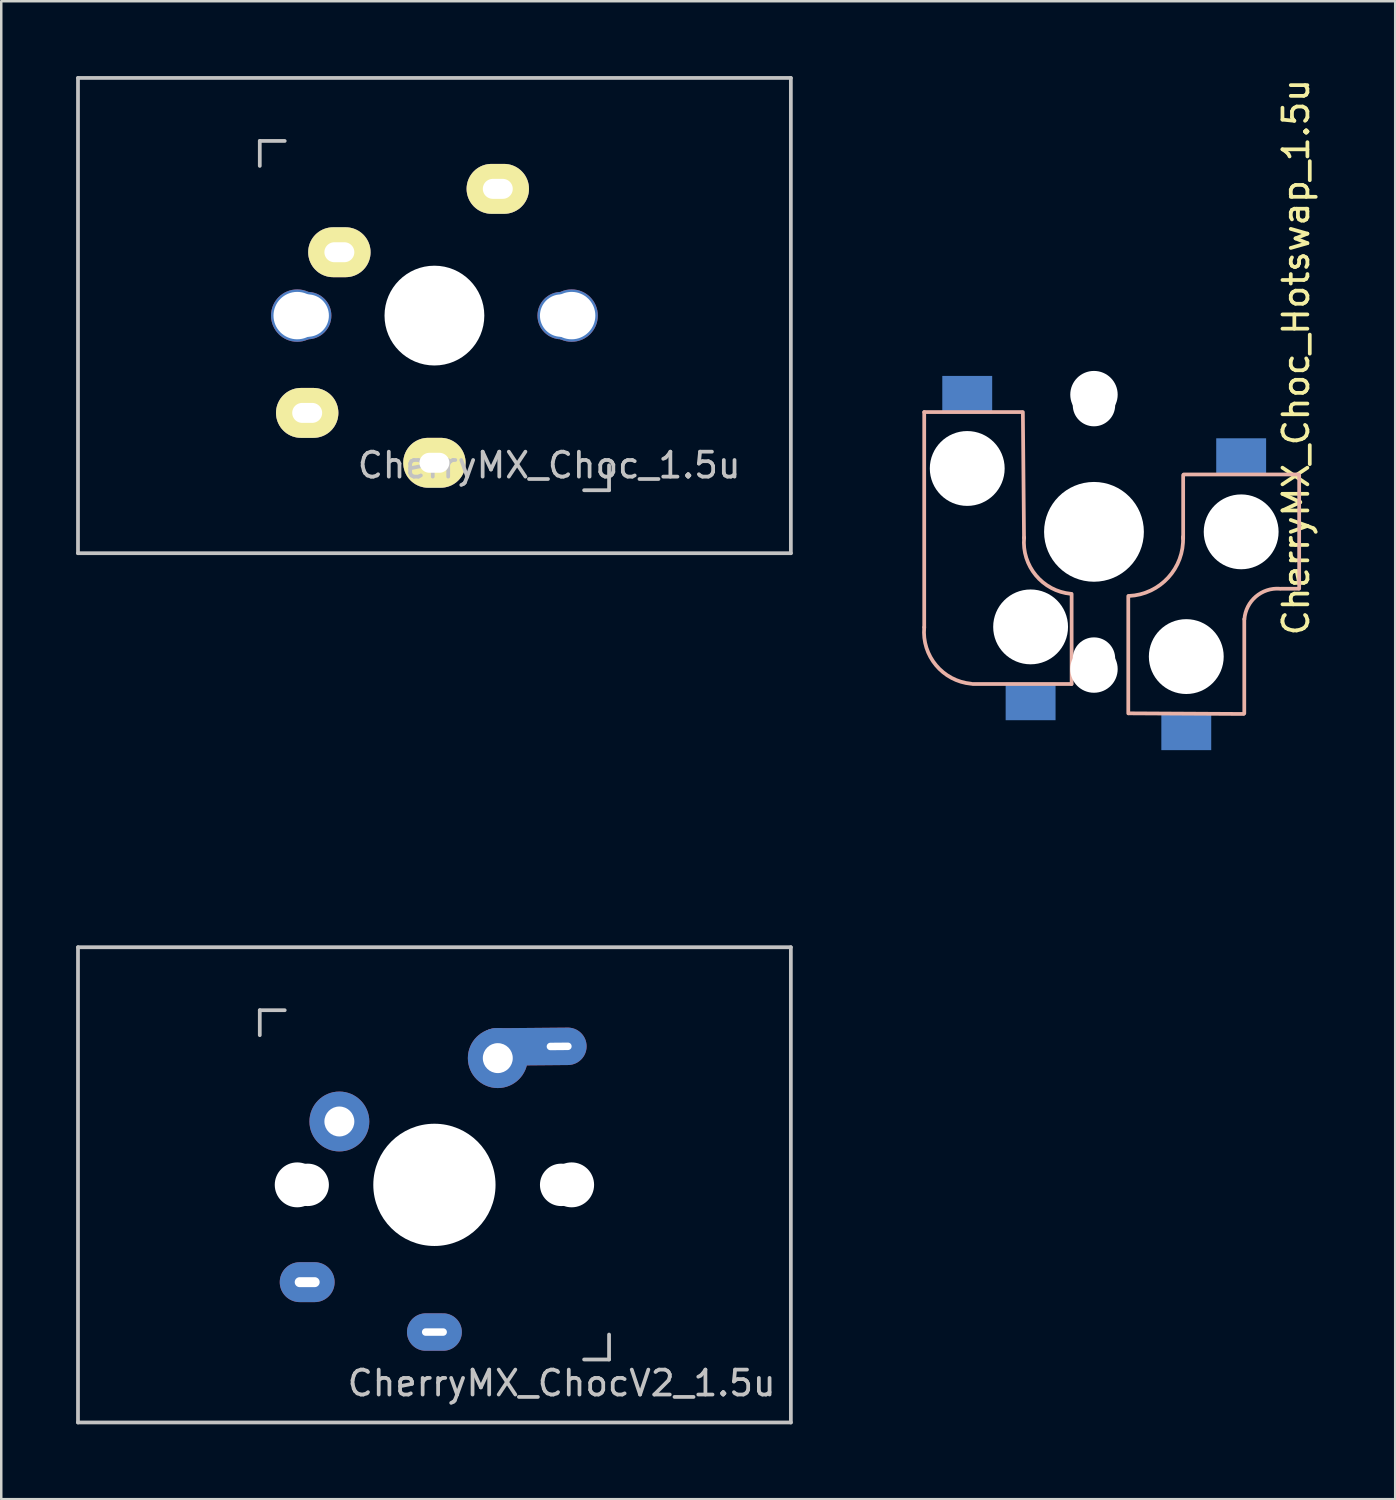
<source format=kicad_pcb>
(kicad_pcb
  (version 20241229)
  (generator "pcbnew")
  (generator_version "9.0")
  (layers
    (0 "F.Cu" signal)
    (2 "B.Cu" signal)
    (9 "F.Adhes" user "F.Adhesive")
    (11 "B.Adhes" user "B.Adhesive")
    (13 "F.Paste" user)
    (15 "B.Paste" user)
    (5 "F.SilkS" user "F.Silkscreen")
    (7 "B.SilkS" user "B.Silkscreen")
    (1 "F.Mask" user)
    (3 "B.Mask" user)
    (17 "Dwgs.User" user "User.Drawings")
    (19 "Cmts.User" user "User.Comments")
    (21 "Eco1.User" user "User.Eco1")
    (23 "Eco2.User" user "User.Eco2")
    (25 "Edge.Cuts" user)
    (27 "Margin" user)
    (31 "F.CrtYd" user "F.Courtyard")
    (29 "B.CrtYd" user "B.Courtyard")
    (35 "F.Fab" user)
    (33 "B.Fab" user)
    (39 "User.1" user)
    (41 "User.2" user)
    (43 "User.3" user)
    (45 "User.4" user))
  (footprint "CherryMX_Choc_Hotswap_1.5u"
    (layer "F.Cu")
    (at 40.8 18.268)
    (property "Reference" "CherryMX_Choc_Hotswap_1.5u" (at 8.1 -7 90) (layer "F.SilkS") (effects (font (size 1 1) (thickness 0.15))))
    (attr through_hole)
    (fp_line (start -6.804 -4.8) (end -6.804 3.825) (stroke (width 0.15) (type solid)) (layer "B.SilkS"))
    (fp_line (start -4.85 6.1) (end -0.905 6.1) (stroke (width 0.15) (type solid)) (layer "B.SilkS"))
    (fp_line (start -2.896 -4.8) (end -6.804 -4.8) (stroke (width 0.15) (type solid)) (layer "B.SilkS"))
    (fp_line (start -2.85 -4.8) (end -2.804 0.25) (stroke (width 0.15) (type solid)) (layer "B.SilkS"))
    (fp_line (start -0.896 6.1) (end -0.896 2.49) (stroke (width 0.15) (type solid)) (layer "B.SilkS"))
    (fp_line (start 1.375 2.575) (end 1.375 7.275) (stroke (width 0.15) (type solid)) (layer "B.SilkS"))
    (fp_line (start 1.4 7.275) (end 6 7.3) (stroke (width 0.15) (type solid)) (layer "B.SilkS"))
    (fp_line (start 3.575 -2.275) (end 3.575 0.275) (stroke (width 0.15) (type solid)) (layer "B.SilkS"))
    (fp_line (start 3.6 -2.3) (end 8.2 -2.3) (stroke (width 0.15) (type solid)) (layer "B.SilkS"))
    (fp_line (start 6.025 3.5) (end 6.025 7.275) (stroke (width 0.15) (type solid)) (layer "B.SilkS"))
    (fp_line (start 7.5 2.28) (end 8.2 2.28) (stroke (width 0.15) (type solid)) (layer "B.SilkS"))
    (fp_line (start 8.225 -2.275) (end 8.225 2.275) (stroke (width 0.15) (type solid)) (layer "B.SilkS"))
    (fp_arc (start -4.92 6.089) (mid -6.33089 5.347189) (end -6.804 3.825) (stroke (width 0.15) (type solid)) (layer "B.SilkS"))
    (fp_arc (start -0.920001 2.485001) (mid -2.328062 1.744361) (end -2.8 0.225) (stroke (width 0.15) (type solid)) (layer "B.SilkS"))
    (fp_arc (start 3.57 0.2) (mid 2.975843 1.834422) (end 1.4 2.57) (stroke (width 0.15) (type solid)) (layer "B.SilkS"))
    (fp_arc (start 6.03 3.5) (mid 6.487329 2.595908) (end 7.449999 2.279999) (stroke (width 0.15) (type solid)) (layer "B.SilkS"))
    (fp_line (start -9 -13.5) (end 9 -13.5) (stroke (width 0.15) (type solid)) (layer "Eco2.User"))
    (fp_line (start -9 13.5) (end -9 -13.5) (stroke (width 0.15) (type solid)) (layer "Eco2.User"))
    (fp_line (start -7 -7) (end 7 -7) (stroke (width 0.15) (type solid)) (layer "Eco2.User"))
    (fp_line (start -7 7) (end -7 -7) (stroke (width 0.15) (type solid)) (layer "Eco2.User"))
    (fp_line (start 7 -7) (end 7 7) (stroke (width 0.15) (type solid)) (layer "Eco2.User"))
    (fp_line (start 7 7) (end -7 7) (stroke (width 0.15) (type solid)) (layer "Eco2.User"))
    (fp_line (start 9 -13.5) (end 9 13.5) (stroke (width 0.15) (type solid)) (layer "Eco2.User"))
    (fp_line (start 9 13.5) (end -9 13.5) (stroke (width 0.15) (type solid)) (layer "Eco2.User"))
    (pad "" np_thru_hole circle (at -5.08 -2.54 270) (size 3 3) (drill 3) (layers "*.Cu" "*.Mask"))
    (pad "" np_thru_hole circle (at -2.58 3.825 270) (size 0.1 0.1) (drill 0.1) (layers "*.Cu" "*.Mask"))
    (pad "" np_thru_hole circle (at -2.54 3.81 270) (size 3 3) (drill 3) (layers "*.Cu" "*.Mask"))
    (pad "" np_thru_hole circle (at 0 -5.5 180) (size 1.9 1.9) (drill 1.9) (layers "*.Cu" "*.Mask"))
    (pad "" np_thru_hole circle (at 0 -5.08 90) (size 1.7 1.7) (drill 1.7) (layers "*.Cu" "*.Mask"))
    (pad "" np_thru_hole circle (at 0 0 180) (size 4 4) (drill 4) (layers "*.Cu" "*.Mask"))
    (pad "" np_thru_hole circle (at 0 5.08 90) (size 1.7 1.7) (drill 1.7) (layers "*.Cu" "*.Mask"))
    (pad "" np_thru_hole circle (at 0 5.5 180) (size 1.9 1.9) (drill 1.9) (layers "*.Cu" "*.Mask"))
    (pad "" np_thru_hole circle (at 3.7 5 180) (size 3 3) (drill 3) (layers "*.Cu" "*.Mask"))
    (pad "" np_thru_hole circle (at 5.9 0 180) (size 3 3) (drill 3) (layers "*.Cu" "*.Mask"))
    (pad "1" smd rect (at -2.54 6.8 270) (size 1.5 2) (layers "B.Cu" "B.Mask" "B.Paste"))
    (pad "1" smd rect (at 3.7 8 270) (size 1.5 2) (layers "B.Cu" "B.Mask" "B.Paste"))
    (pad "2" smd rect (at -5.08 -5.5 270) (size 1.5 2) (layers "B.Cu" "B.Mask" "B.Paste"))
    (pad "2" smd rect (at 5.9 -3 270) (size 1.5 2) (layers "B.Cu" "B.Mask" "B.Paste")))
  (footprint "CherryMX_ChocV2_1.5u"
    (layer "F.Cu")
    (at 14.363 44.443)
    (property "Reference" "CherryMX_ChocV2_1.5u" (at 5.1 7.95 180) (layer "Dwgs.User") (effects (font (size 1 1) (thickness 0.15))))
    (attr through_hole)
    (fp_line (start -14.287 -9.525) (end 14.287 -9.525) (stroke (width 0.15) (type solid)) (layer "Dwgs.User"))
    (fp_line (start -14.287 9.525) (end -14.287 -9.525) (stroke (width 0.15) (type solid)) (layer "Dwgs.User"))
    (fp_line (start -7 -7) (end -6 -7) (stroke (width 0.15) (type solid)) (layer "Dwgs.User"))
    (fp_line (start -7 -6) (end -7 -7) (stroke (width 0.15) (type solid)) (layer "Dwgs.User"))
    (fp_line (start 6 7) (end 7 7) (stroke (width 0.15) (type solid)) (layer "Dwgs.User"))
    (fp_line (start 7 7) (end 7 6) (stroke (width 0.15) (type solid)) (layer "Dwgs.User"))
    (fp_line (start 14.287 -9.525) (end 14.287 9.525) (stroke (width 0.15) (type solid)) (layer "Dwgs.User"))
    (fp_line (start 14.287 9.525) (end -14.287 9.525) (stroke (width 0.15) (type solid)) (layer "Dwgs.User"))
    (pad "" np_thru_hole circle (at -5.5 0 90) (size 1.8 1.8) (drill 1.8) (layers "*.Cu" "*.Mask"))
    (pad "" np_thru_hole circle (at -5.08 0) (size 1.7 1.7) (drill 1.7) (layers "*.Cu" "*.Mask"))
    (pad "" np_thru_hole circle (at 0 0 90) (size 4.9 4.9) (drill 4.9) (layers "*.Cu" "*.Mask"))
    (pad "" np_thru_hole circle (at 5.08 0) (size 1.7 1.7) (drill 1.7) (layers "*.Cu" "*.Mask"))
    (pad "" np_thru_hole circle (at 5.5 0 90) (size 1.8 1.8) (drill 1.8) (layers "*.Cu" "*.Mask"))
    (pad "1" thru_hole oval (at -5.1 3.9) (size 2.2 1.6) (drill oval 1 0.4) (layers "*.Cu" "B.Mask"))
    (pad "1" thru_hole circle (at -3.81 -2.54) (size 2.4 2.4) (drill 1.2) (layers "*.Cu" "B.Mask"))
    (pad "2" thru_hole oval (at 0 5.9) (size 2.2 1.5) (drill oval 1 0.3) (layers "*.Cu" "B.Mask"))
    (pad "2" thru_hole circle (at 2.54 -5.08) (size 2.4 2.4) (drill 1.2) (layers "*.Cu" "B.Mask"))
    (pad "2" thru_hole oval (at 5 -5.55 0.5) (size 4.4 1.5) (drill oval 1 0.3 (offset -1.1 0)) (layers "*.Cu" "B.Mask")))
  (footprint "CherryMX_Choc_1.5u"
    (layer "F.Cu")
    (at 14.363 9.6)
    (property "Reference" "CherryMX_Choc_1.5u" (at 4.6 6 0) (layer "Dwgs.User") (effects (font (size 1 1) (thickness 0.15))))
    (attr through_hole)
    (fp_line (start -14.287 -9.525) (end 14.287 -9.525) (stroke (width 0.15) (type solid)) (layer "Dwgs.User"))
    (fp_line (start -14.287 9.525) (end -14.287 -9.525) (stroke (width 0.15) (type solid)) (layer "Dwgs.User"))
    (fp_line (start -7 -7) (end -6 -7) (stroke (width 0.15) (type solid)) (layer "Dwgs.User"))
    (fp_line (start -7 -6) (end -7 -7) (stroke (width 0.15) (type solid)) (layer "Dwgs.User"))
    (fp_line (start 6 7) (end 7 7) (stroke (width 0.15) (type solid)) (layer "Dwgs.User"))
    (fp_line (start 7 7) (end 7 6) (stroke (width 0.15) (type solid)) (layer "Dwgs.User"))
    (fp_line (start 14.287 -9.525) (end 14.287 9.525) (stroke (width 0.15) (type solid)) (layer "Dwgs.User"))
    (fp_line (start 14.287 9.525) (end -14.287 9.525) (stroke (width 0.15) (type solid)) (layer "Dwgs.User"))
    (pad "" np_thru_hole circle (at -5.5 0 90) (size 2.1 2.1) (drill 1.9) (layers "*.Cu" "*.Mask"))
    (pad "" np_thru_hole circle (at -5.08 0) (size 1.9 1.9) (drill 1.7) (layers "*.Cu" "*.Mask"))
    (pad "" np_thru_hole circle (at 0 0 90) (size 4 4) (drill 4) (layers "*.Cu" "*.Mask"))
    (pad "" np_thru_hole circle (at 5.08 0) (size 1.9 1.9) (drill 1.7) (layers "*.Cu" "*.Mask"))
    (pad "" np_thru_hole circle (at 5.5 0 90) (size 2.1 2.1) (drill 1.9) (layers "*.Cu" "*.Mask"))
    (pad "1" thru_hole oval (at -5.1 3.9) (size 2.5 2) (drill oval 1.2 0.8) (layers "*.Cu" "B.Mask" "F.SilkS"))
    (pad "1" thru_hole oval (at -3.81 -2.54) (size 2.5 2) (drill oval 1.2 0.8) (layers "*.Cu" "B.Mask" "F.SilkS"))
    (pad "2" thru_hole oval (at 0 5.9) (size 2.5 2) (drill oval 1.2 0.8) (layers "*.Cu" "B.Mask" "F.SilkS"))
    (pad "2" thru_hole oval (at 2.54 -5.08) (size 2.5 2) (drill oval 1.2 0.8) (layers "*.Cu" "B.Mask" "F.SilkS")))
  (gr_rect
    (start -3 -3)
    (end 52.875 57.043)
    (stroke (width 0.1) (type default))
    (fill no)
    (layer "Edge.Cuts")))
</source>
